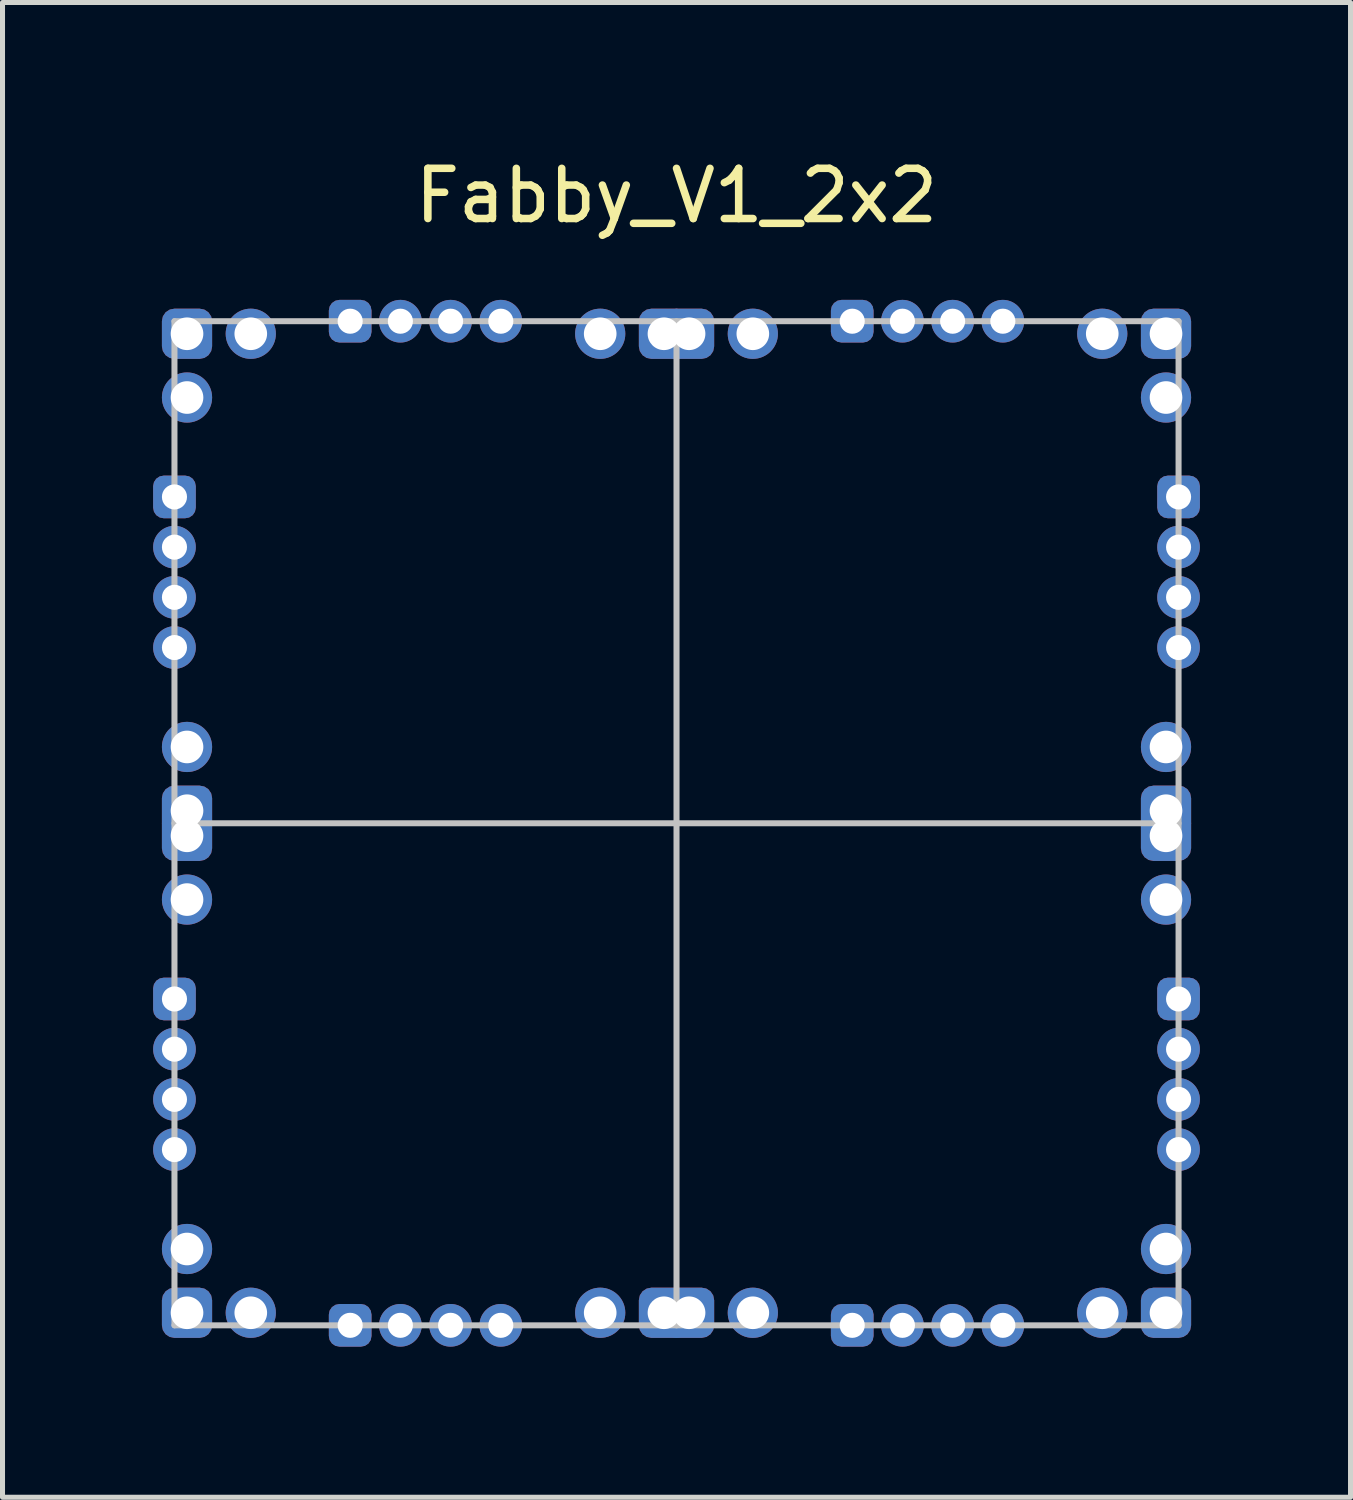
<source format=kicad_pcb>
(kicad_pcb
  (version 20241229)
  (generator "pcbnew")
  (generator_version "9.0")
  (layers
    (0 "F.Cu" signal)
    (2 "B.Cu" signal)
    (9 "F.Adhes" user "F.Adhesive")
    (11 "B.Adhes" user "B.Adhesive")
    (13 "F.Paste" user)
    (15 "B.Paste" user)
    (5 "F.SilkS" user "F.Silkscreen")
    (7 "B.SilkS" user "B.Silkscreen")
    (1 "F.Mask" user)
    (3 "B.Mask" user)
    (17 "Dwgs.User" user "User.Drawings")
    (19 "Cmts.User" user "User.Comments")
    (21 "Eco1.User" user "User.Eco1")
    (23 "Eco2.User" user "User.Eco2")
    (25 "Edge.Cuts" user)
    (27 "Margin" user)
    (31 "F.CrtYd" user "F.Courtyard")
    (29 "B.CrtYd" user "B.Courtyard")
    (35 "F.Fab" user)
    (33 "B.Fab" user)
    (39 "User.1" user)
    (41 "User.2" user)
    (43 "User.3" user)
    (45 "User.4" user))
  (footprint "Fabby_V1_2x2"
    (layer "F.Cu")
    (at 10.425 13.348)
    (property "Reference" "Fabby_V1_2x2" (at 0 -12.5 0) (layer "F.SilkS") (effects (font (size 1 1) (thickness 0.15))))
    (attr through_hole)
    (fp_line (start -10 -10) (end 10 -10) (stroke (width 0.12) (type solid)) (layer "Dwgs.User"))
    (fp_line (start -10 0) (end 10 0) (stroke (width 0.12) (type solid)) (layer "Dwgs.User"))
    (fp_line (start -10 10) (end -10 -10) (stroke (width 0.12) (type solid)) (layer "Dwgs.User"))
    (fp_line (start 0 10) (end 0 -10) (stroke (width 0.12) (type solid)) (layer "Dwgs.User"))
    (fp_line (start 10 -10) (end 10 10) (stroke (width 0.12) (type solid)) (layer "Dwgs.User"))
    (fp_line (start 10 10) (end -10 10) (stroke (width 0.12) (type solid)) (layer "Dwgs.User"))
    (pad "1" thru_hole roundrect (at -9.75 -9.75) (size 1 1) (drill 0.65) (layers "*.Cu" "*.Mask") (roundrect_rratio 0.25))
    (pad "2" thru_hole circle (at -8.48 -9.75) (size 1 1) (drill 0.65) (layers "*.Cu" "*.Mask"))
    (pad "3" thru_hole circle (at -1.52 -9.75 270) (size 1 1) (drill 0.65) (layers "*.Cu" "*.Mask"))
    (pad "4" thru_hole roundrect (at -0.25 -9.75 270) (size 1 1) (drill 0.65) (layers "*.Cu" "*.Mask") (roundrect_rratio 0.25))
    (pad "4" thru_hole roundrect (at 0.25 -9.75) (size 1 1) (drill 0.65) (layers "*.Cu" "*.Mask") (roundrect_rratio 0.25))
    (pad "5" thru_hole circle (at 1.52 -9.75) (size 1 1) (drill 0.65) (layers "*.Cu" "*.Mask"))
    (pad "6" thru_hole circle (at 8.48 -9.75 270) (size 1 1) (drill 0.65) (layers "*.Cu" "*.Mask"))
    (pad "7" thru_hole roundrect (at 9.75 -9.75 270) (size 1 1) (drill 0.65) (layers "*.Cu" "*.Mask") (roundrect_rratio 0.25))
    (pad "8" thru_hole circle (at 9.75 -8.48 270) (size 1 1) (drill 0.65) (layers "*.Cu" "*.Mask"))
    (pad "9" thru_hole circle (at 9.75 -1.52 90) (size 1 1) (drill 0.65) (layers "*.Cu" "*.Mask"))
    (pad "10" thru_hole roundrect (at 9.75 -0.25 90) (size 1 1) (drill 0.65) (layers "*.Cu" "*.Mask") (roundrect_rratio 0.25))
    (pad "10" thru_hole roundrect (at 9.75 0.25) (size 1 1) (drill 0.65) (layers "*.Cu" "*.Mask") (roundrect_rratio 0.25))
    (pad "11" thru_hole circle (at 9.75 1.52) (size 1 1) (drill 0.65) (layers "*.Cu" "*.Mask"))
    (pad "12" thru_hole circle (at 9.75 8.48 180) (size 1 1) (drill 0.65) (layers "*.Cu" "*.Mask"))
    (pad "13" thru_hole roundrect (at 9.75 9.75 180) (size 1 1) (drill 0.65) (layers "*.Cu" "*.Mask") (roundrect_rratio 0.25))
    (pad "14" thru_hole circle (at 8.48 9.75 180) (size 1 1) (drill 0.65) (layers "*.Cu" "*.Mask"))
    (pad "15" thru_hole circle (at 1.52 9.75) (size 1 1) (drill 0.65) (layers "*.Cu" "*.Mask"))
    (pad "16" thru_hole roundrect (at -0.25 9.75 270) (size 1 1) (drill 0.65) (layers "*.Cu" "*.Mask") (roundrect_rratio 0.25))
    (pad "16" thru_hole roundrect (at 0.25 9.75) (size 1 1) (drill 0.65) (layers "*.Cu" "*.Mask") (roundrect_rratio 0.25))
    (pad "17" thru_hole circle (at -1.52 9.75 270) (size 1 1) (drill 0.65) (layers "*.Cu" "*.Mask"))
    (pad "18" thru_hole circle (at -8.48 9.75 90) (size 1 1) (drill 0.65) (layers "*.Cu" "*.Mask"))
    (pad "19" thru_hole roundrect (at -9.75 9.75 90) (size 1 1) (drill 0.65) (layers "*.Cu" "*.Mask") (roundrect_rratio 0.25))
    (pad "20" thru_hole circle (at -9.75 8.48 90) (size 1 1) (drill 0.65) (layers "*.Cu" "*.Mask"))
    (pad "21" thru_hole circle (at -9.75 1.52) (size 1 1) (drill 0.65) (layers "*.Cu" "*.Mask"))
    (pad "22" thru_hole roundrect (at -9.75 -0.25 90) (size 1 1) (drill 0.65) (layers "*.Cu" "*.Mask") (roundrect_rratio 0.25))
    (pad "22" thru_hole roundrect (at -9.75 0.25) (size 1 1) (drill 0.65) (layers "*.Cu" "*.Mask") (roundrect_rratio 0.25))
    (pad "23" thru_hole circle (at -9.75 -1.52 90) (size 1 1) (drill 0.65) (layers "*.Cu" "*.Mask"))
    (pad "24" thru_hole circle (at -9.75 -8.48) (size 1 1) (drill 0.65) (layers "*.Cu" "*.Mask"))
    (pad "25" thru_hole roundrect (at -6.5 -10 90) (size 0.85 0.85) (drill 0.5) (layers "*.Cu" "*.Mask") (roundrect_rratio 0.25))
    (pad "26" thru_hole circle (at -5.5 -10 90) (size 0.85 0.85) (drill 0.5) (layers "*.Cu" "*.Mask"))
    (pad "27" thru_hole circle (at -4.5 -10 90) (size 0.85 0.85) (drill 0.5) (layers "*.Cu" "*.Mask"))
    (pad "28" thru_hole circle (at -3.5 -10 90) (size 0.85 0.85) (drill 0.5) (layers "*.Cu" "*.Mask"))
    (pad "29" thru_hole roundrect (at 3.5 -10 90) (size 0.85 0.85) (drill 0.5) (layers "*.Cu" "*.Mask") (roundrect_rratio 0.25))
    (pad "30" thru_hole circle (at 4.5 -10 90) (size 0.85 0.85) (drill 0.5) (layers "*.Cu" "*.Mask"))
    (pad "31" thru_hole circle (at 5.5 -10 90) (size 0.85 0.85) (drill 0.5) (layers "*.Cu" "*.Mask"))
    (pad "32" thru_hole circle (at 6.5 -10 90) (size 0.85 0.85) (drill 0.5) (layers "*.Cu" "*.Mask"))
    (pad "33" thru_hole roundrect (at -6.5 10 90) (size 0.85 0.85) (drill 0.5) (layers "*.Cu" "*.Mask") (roundrect_rratio 0.25))
    (pad "34" thru_hole circle (at -5.5 10 90) (size 0.85 0.85) (drill 0.5) (layers "*.Cu" "*.Mask"))
    (pad "35" thru_hole circle (at -4.5 10 90) (size 0.85 0.85) (drill 0.5) (layers "*.Cu" "*.Mask"))
    (pad "36" thru_hole circle (at -3.5 10 90) (size 0.85 0.85) (drill 0.5) (layers "*.Cu" "*.Mask"))
    (pad "37" thru_hole roundrect (at 3.5 10 90) (size 0.85 0.85) (drill 0.5) (layers "*.Cu" "*.Mask") (roundrect_rratio 0.25))
    (pad "38" thru_hole circle (at 4.5 10 90) (size 0.85 0.85) (drill 0.5) (layers "*.Cu" "*.Mask"))
    (pad "39" thru_hole circle (at 5.5 10 90) (size 0.85 0.85) (drill 0.5) (layers "*.Cu" "*.Mask"))
    (pad "40" thru_hole circle (at 6.5 10 90) (size 0.85 0.85) (drill 0.5) (layers "*.Cu" "*.Mask"))
    (pad "41" thru_hole roundrect (at -10 -6.5) (size 0.85 0.85) (drill 0.5) (layers "*.Cu" "*.Mask") (roundrect_rratio 0.25))
    (pad "42" thru_hole circle (at -10 -5.5) (size 0.85 0.85) (drill 0.5) (layers "*.Cu" "*.Mask"))
    (pad "43" thru_hole circle (at -10 -4.5) (size 0.85 0.85) (drill 0.5) (layers "*.Cu" "*.Mask"))
    (pad "44" thru_hole circle (at -10 -3.5) (size 0.85 0.85) (drill 0.5) (layers "*.Cu" "*.Mask"))
    (pad "45" thru_hole roundrect (at -10 3.5) (size 0.85 0.85) (drill 0.5) (layers "*.Cu" "*.Mask") (roundrect_rratio 0.25))
    (pad "46" thru_hole circle (at -10 4.5) (size 0.85 0.85) (drill 0.5) (layers "*.Cu" "*.Mask"))
    (pad "47" thru_hole circle (at -10 5.5) (size 0.85 0.85) (drill 0.5) (layers "*.Cu" "*.Mask"))
    (pad "48" thru_hole circle (at -10 6.5) (size 0.85 0.85) (drill 0.5) (layers "*.Cu" "*.Mask"))
    (pad "49" thru_hole roundrect (at 10 -6.5) (size 0.85 0.85) (drill 0.5) (layers "*.Cu" "*.Mask") (roundrect_rratio 0.25))
    (pad "50" thru_hole circle (at 10 -5.5) (size 0.85 0.85) (drill 0.5) (layers "*.Cu" "*.Mask"))
    (pad "51" thru_hole circle (at 10 -4.5) (size 0.85 0.85) (drill 0.5) (layers "*.Cu" "*.Mask"))
    (pad "52" thru_hole circle (at 10 -3.5) (size 0.85 0.85) (drill 0.5) (layers "*.Cu" "*.Mask"))
    (pad "53" thru_hole roundrect (at 10 3.5) (size 0.85 0.85) (drill 0.5) (layers "*.Cu" "*.Mask") (roundrect_rratio 0.25))
    (pad "54" thru_hole circle (at 10 4.5) (size 0.85 0.85) (drill 0.5) (layers "*.Cu" "*.Mask"))
    (pad "55" thru_hole circle (at 10 5.5) (size 0.85 0.85) (drill 0.5) (layers "*.Cu" "*.Mask"))
    (pad "56" thru_hole circle (at 10 6.5) (size 0.85 0.85) (drill 0.5) (layers "*.Cu" "*.Mask")))
  (gr_rect
    (start -3 -3)
    (end 23.85 26.773)
    (stroke (width 0.1) (type default))
    (fill no)
    (layer "Edge.Cuts")))
</source>
